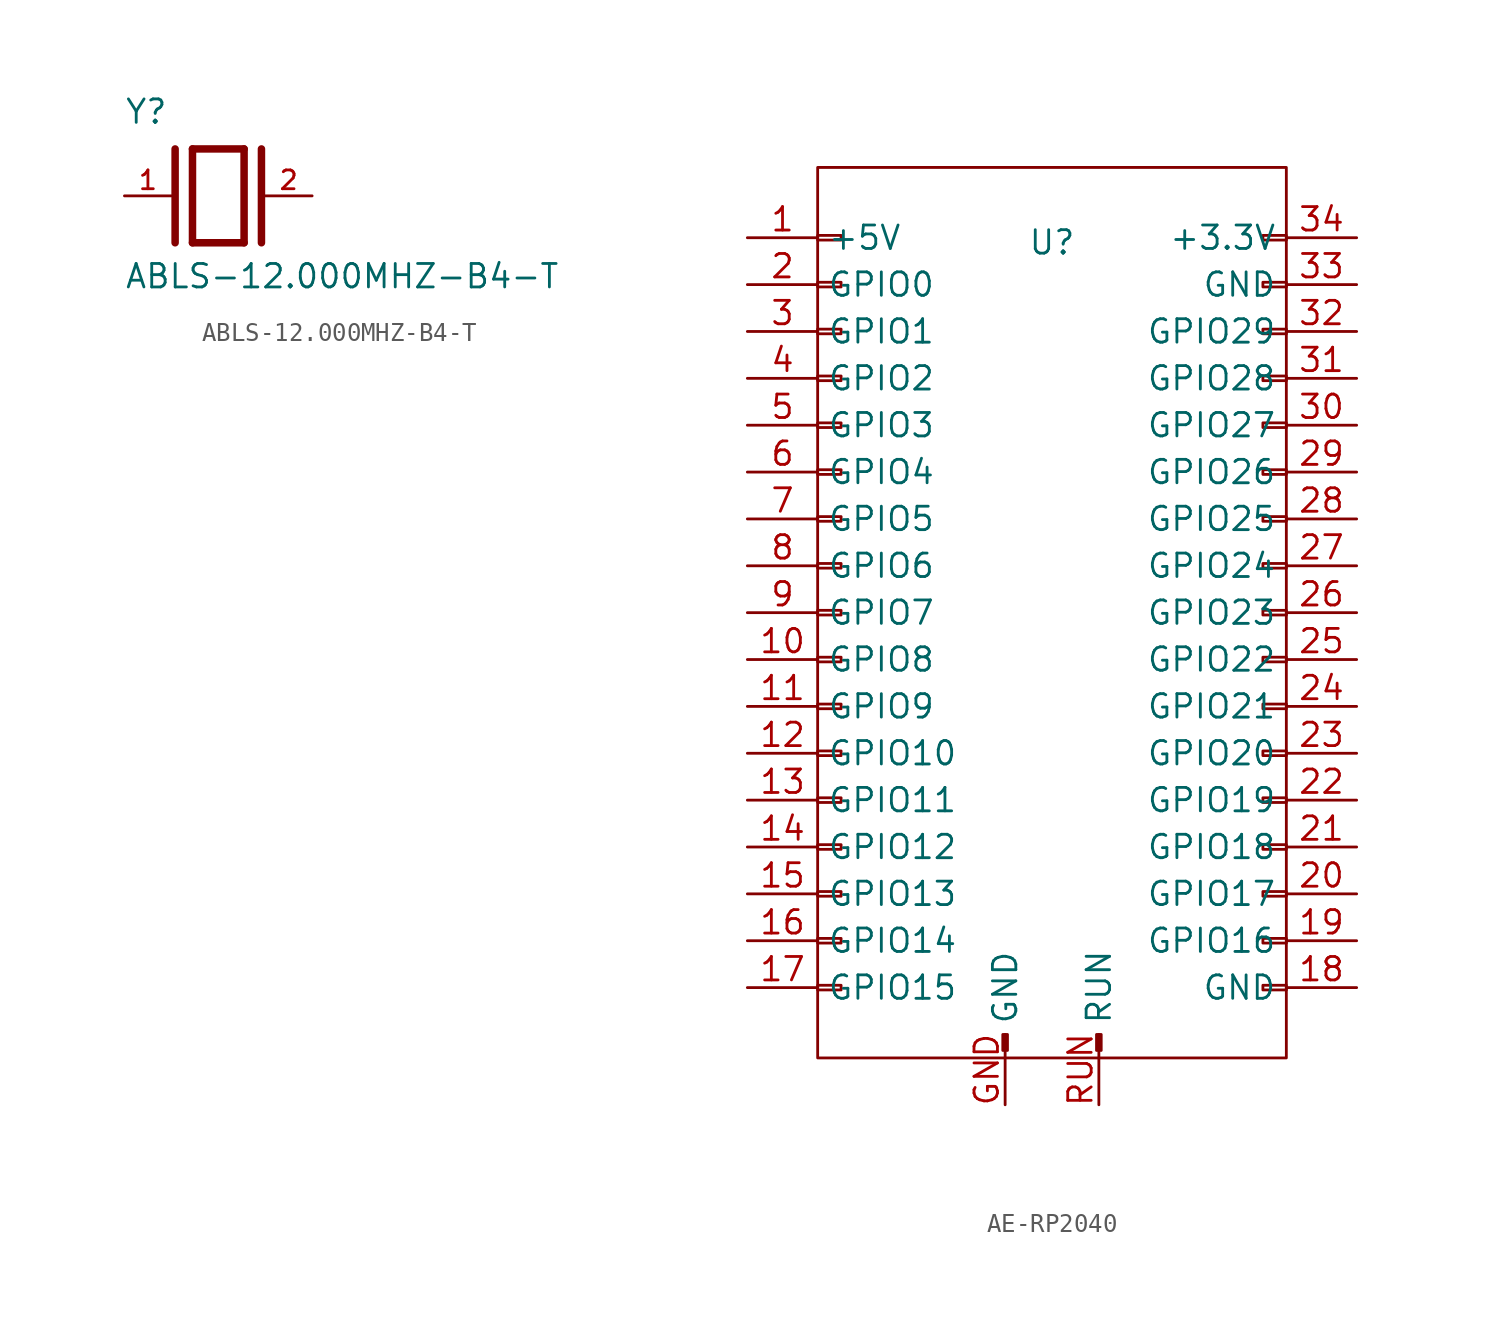
<source format=kicad_sym>
(kicad_symbol_lib
  (version 20241209)
  (generator "kicad_symbol_editor")
  (generator_version "9.0")
  (symbol "ABLS-12.000MHZ-B4-T"
    (pin_names
      (offset 1.016))
    (property "Reference" "Y"
      (at -5.088 3.816 0)
      (effects (font (size 1.27 1.27)) (justify left bottom)))
    (property "Value" "ABLS-12.000MHZ-B4-T"
      (at -5.094 -5.094 0)
      (effects (font (size 1.27 1.27)) (justify left bottom)))
    (symbol "ABLS-12.000MHZ-B4-T_0_0"
      (polyline (pts (xy -2.337 2.54) (xy -2.337 -2.54)) (stroke (width 0.406) (type default)) (fill (type none)))
      (polyline (pts (xy -1.397 2.54) (xy -1.397 -2.54)) (stroke (width 0.406) (type default)) (fill (type none)))
      (polyline (pts (xy -1.397 2.54) (xy 1.397 2.54)) (stroke (width 0.406) (type default)) (fill (type none)))
      (polyline (pts (xy 1.397 2.54) (xy 1.397 -2.54)) (stroke (width 0.406) (type default)) (fill (type none)))
      (polyline (pts (xy 1.397 -2.54) (xy -1.397 -2.54)) (stroke (width 0.406) (type default)) (fill (type none)))
      (polyline (pts (xy 2.337 2.54) (xy 2.337 -2.54)) (stroke (width 0.406) (type default)) (fill (type none)))
      (pin passive line (at -5.08 0 0) (length 2.54) (name "~" (effects (font (size 1.016 1.016)))) (number "1" (effects (font (size 1.016 1.016)))))
      (pin passive line (at 5.08 0 180) (length 2.54) (name "~" (effects (font (size 1.016 1.016)))) (number "2" (effects (font (size 1.016 1.016)))))))
  (symbol "AE-RP2040"
    (property "Reference" "U"
      (at 0 20.066 0)
      (effects (font (size 1.27 1.27))))
    (property "Value" ""
      (at 0 0 0)
      (effects (font (size 1.27 1.27))))
    (symbol "AE-RP2040_0_1"
      (rectangle (start -12.7 24.13) (end 12.7 -24.13) (stroke (width 0) (type default)) (fill (type none))))
    (symbol "AE-RP2040_1_1"
      (rectangle (start -12.7 20.447) (end -11.43 20.193) (stroke (width 0.152) (type default)) (fill (type none)))
      (rectangle (start -12.7 17.907) (end -11.43 17.653) (stroke (width 0.152) (type default)) (fill (type none)))
      (rectangle (start -12.7 15.367) (end -11.43 15.113) (stroke (width 0.152) (type default)) (fill (type none)))
      (rectangle (start -12.7 12.827) (end -11.43 12.573) (stroke (width 0.152) (type default)) (fill (type none)))
      (rectangle (start -12.7 10.287) (end -11.43 10.033) (stroke (width 0.152) (type default)) (fill (type none)))
      (rectangle (start -12.7 7.747) (end -11.43 7.493) (stroke (width 0.152) (type default)) (fill (type none)))
      (rectangle (start -12.7 5.207) (end -11.43 4.953) (stroke (width 0.152) (type default)) (fill (type none)))
      (rectangle (start -12.7 2.667) (end -11.43 2.413) (stroke (width 0.152) (type default)) (fill (type none)))
      (rectangle (start -12.7 0.127) (end -11.43 -0.127) (stroke (width 0.152) (type default)) (fill (type none)))
      (rectangle (start -12.7 -2.413) (end -11.43 -2.667) (stroke (width 0.152) (type default)) (fill (type none)))
      (rectangle (start -12.7 -4.953) (end -11.43 -5.207) (stroke (width 0.152) (type default)) (fill (type none)))
      (rectangle (start -12.7 -7.493) (end -11.43 -7.747) (stroke (width 0.152) (type default)) (fill (type none)))
      (rectangle (start -12.7 -10.033) (end -11.43 -10.287) (stroke (width 0.152) (type default)) (fill (type none)))
      (rectangle (start -12.7 -12.573) (end -11.43 -12.827) (stroke (width 0.152) (type default)) (fill (type none)))
      (rectangle (start -12.7 -15.113) (end -11.43 -15.367) (stroke (width 0.152) (type default)) (fill (type none)))
      (rectangle (start -12.7 -17.653) (end -11.43 -17.907) (stroke (width 0.152) (type default)) (fill (type none)))
      (rectangle (start -12.7 -20.193) (end -11.43 -20.447) (stroke (width 0.152) (type default)) (fill (type none)))
      (rectangle (start -2.413 -23.724) (end -2.667 -22.86) (stroke (width 0.152) (type default)) (fill (type outline)))
      (rectangle (start 2.413 -22.86) (end 2.667 -23.724) (stroke (width 0.152) (type default)) (fill (type outline)))
      (rectangle (start 12.7 20.193) (end 11.43 20.447) (stroke (width 0.152) (type default)) (fill (type none)))
      (rectangle (start 12.7 17.653) (end 11.43 17.907) (stroke (width 0.152) (type default)) (fill (type none)))
      (rectangle (start 12.7 15.113) (end 11.43 15.367) (stroke (width 0.152) (type default)) (fill (type none)))
      (rectangle (start 12.7 12.573) (end 11.43 12.827) (stroke (width 0.152) (type default)) (fill (type none)))
      (rectangle (start 12.7 10.033) (end 11.43 10.287) (stroke (width 0.152) (type default)) (fill (type none)))
      (rectangle (start 12.7 7.493) (end 11.43 7.747) (stroke (width 0.152) (type default)) (fill (type none)))
      (rectangle (start 12.7 4.953) (end 11.43 5.207) (stroke (width 0.152) (type default)) (fill (type none)))
      (rectangle (start 12.7 2.413) (end 11.43 2.667) (stroke (width 0.152) (type default)) (fill (type none)))
      (rectangle (start 12.7 -0.127) (end 11.43 0.127) (stroke (width 0.152) (type default)) (fill (type none)))
      (rectangle (start 12.7 -2.667) (end 11.43 -2.413) (stroke (width 0.152) (type default)) (fill (type none)))
      (rectangle (start 12.7 -5.207) (end 11.43 -4.953) (stroke (width 0.152) (type default)) (fill (type none)))
      (rectangle (start 12.7 -7.747) (end 11.43 -7.493) (stroke (width 0.152) (type default)) (fill (type none)))
      (rectangle (start 12.7 -10.287) (end 11.43 -10.033) (stroke (width 0.152) (type default)) (fill (type none)))
      (rectangle (start 12.7 -12.827) (end 11.43 -12.573) (stroke (width 0.152) (type default)) (fill (type none)))
      (rectangle (start 12.7 -15.367) (end 11.43 -15.113) (stroke (width 0.152) (type default)) (fill (type none)))
      (rectangle (start 12.7 -17.907) (end 11.43 -17.653) (stroke (width 0.152) (type default)) (fill (type none)))
      (rectangle (start 12.7 -20.447) (end 11.43 -20.193) (stroke (width 0.152) (type default)) (fill (type none)))
      (pin passive line (at -16.51 20.32 0) (length 3.81) (name "+5V" (effects (font (size 1.27 1.27)))) (number "1" (effects (font (size 1.27 1.27)))))
      (pin passive line (at -16.51 17.78 0) (length 3.81) (name "GPIO0" (effects (font (size 1.27 1.27)))) (number "2" (effects (font (size 1.27 1.27)))))
      (pin passive line (at -16.51 15.24 0) (length 3.81) (name "GPIO1" (effects (font (size 1.27 1.27)))) (number "3" (effects (font (size 1.27 1.27)))))
      (pin passive line (at -16.51 12.7 0) (length 3.81) (name "GPIO2" (effects (font (size 1.27 1.27)))) (number "4" (effects (font (size 1.27 1.27)))))
      (pin passive line (at -16.51 10.16 0) (length 3.81) (name "GPIO3" (effects (font (size 1.27 1.27)))) (number "5" (effects (font (size 1.27 1.27)))))
      (pin passive line (at -16.51 7.62 0) (length 3.81) (name "GPIO4" (effects (font (size 1.27 1.27)))) (number "6" (effects (font (size 1.27 1.27)))))
      (pin passive line (at -16.51 5.08 0) (length 3.81) (name "GPIO5" (effects (font (size 1.27 1.27)))) (number "7" (effects (font (size 1.27 1.27)))))
      (pin passive line (at -16.51 2.54 0) (length 3.81) (name "GPIO6" (effects (font (size 1.27 1.27)))) (number "8" (effects (font (size 1.27 1.27)))))
      (pin passive line (at -16.51 0 0) (length 3.81) (name "GPIO7" (effects (font (size 1.27 1.27)))) (number "9" (effects (font (size 1.27 1.27)))))
      (pin passive line (at -16.51 -2.54 0) (length 3.81) (name "GPIO8" (effects (font (size 1.27 1.27)))) (number "10" (effects (font (size 1.27 1.27)))))
      (pin passive line (at -16.51 -5.08 0) (length 3.81) (name "GPIO9" (effects (font (size 1.27 1.27)))) (number "11" (effects (font (size 1.27 1.27)))))
      (pin passive line (at -16.51 -7.62 0) (length 3.81) (name "GPIO10" (effects (font (size 1.27 1.27)))) (number "12" (effects (font (size 1.27 1.27)))))
      (pin passive line (at -16.51 -10.16 0) (length 3.81) (name "GPIO11" (effects (font (size 1.27 1.27)))) (number "13" (effects (font (size 1.27 1.27)))))
      (pin passive line (at -16.51 -12.7 0) (length 3.81) (name "GPIO12" (effects (font (size 1.27 1.27)))) (number "14" (effects (font (size 1.27 1.27)))))
      (pin passive line (at -16.51 -15.24 0) (length 3.81) (name "GPIO13" (effects (font (size 1.27 1.27)))) (number "15" (effects (font (size 1.27 1.27)))))
      (pin passive line (at -16.51 -17.78 0) (length 3.81) (name "GPIO14" (effects (font (size 1.27 1.27)))) (number "16" (effects (font (size 1.27 1.27)))))
      (pin passive line (at -16.51 -20.32 0) (length 3.81) (name "GPIO15" (effects (font (size 1.27 1.27)))) (number "17" (effects (font (size 1.27 1.27)))))
      (pin passive line (at -2.54 -26.67 90) (length 3.81) (name "GND" (effects (font (size 1.27 1.27)))) (number "GND" (effects (font (size 1.27 1.27)))))
      (pin passive line (at 2.54 -26.67 90) (length 3.81) (name "RUN" (effects (font (size 1.27 1.27)))) (number "RUN" (effects (font (size 1.27 1.27)))))
      (pin passive line (at 16.51 20.32 180) (length 3.81) (name "+3.3V" (effects (font (size 1.27 1.27)))) (number "34" (effects (font (size 1.27 1.27)))))
      (pin passive line (at 16.51 17.78 180) (length 3.81) (name "GND" (effects (font (size 1.27 1.27)))) (number "33" (effects (font (size 1.27 1.27)))))
      (pin passive line (at 16.51 15.24 180) (length 3.81) (name "GPIO29" (effects (font (size 1.27 1.27)))) (number "32" (effects (font (size 1.27 1.27)))))
      (pin passive line (at 16.51 12.7 180) (length 3.81) (name "GPIO28" (effects (font (size 1.27 1.27)))) (number "31" (effects (font (size 1.27 1.27)))))
      (pin passive line (at 16.51 10.16 180) (length 3.81) (name "GPIO27" (effects (font (size 1.27 1.27)))) (number "30" (effects (font (size 1.27 1.27)))))
      (pin passive line (at 16.51 7.62 180) (length 3.81) (name "GPIO26" (effects (font (size 1.27 1.27)))) (number "29" (effects (font (size 1.27 1.27)))))
      (pin passive line (at 16.51 5.08 180) (length 3.81) (name "GPIO25" (effects (font (size 1.27 1.27)))) (number "28" (effects (font (size 1.27 1.27)))))
      (pin passive line (at 16.51 2.54 180) (length 3.81) (name "GPIO24" (effects (font (size 1.27 1.27)))) (number "27" (effects (font (size 1.27 1.27)))))
      (pin passive line (at 16.51 0 180) (length 3.81) (name "GPIO23" (effects (font (size 1.27 1.27)))) (number "26" (effects (font (size 1.27 1.27)))))
      (pin passive line (at 16.51 -2.54 180) (length 3.81) (name "GPIO22" (effects (font (size 1.27 1.27)))) (number "25" (effects (font (size 1.27 1.27)))))
      (pin passive line (at 16.51 -5.08 180) (length 3.81) (name "GPIO21" (effects (font (size 1.27 1.27)))) (number "24" (effects (font (size 1.27 1.27)))))
      (pin passive line (at 16.51 -7.62 180) (length 3.81) (name "GPIO20" (effects (font (size 1.27 1.27)))) (number "23" (effects (font (size 1.27 1.27)))))
      (pin passive line (at 16.51 -10.16 180) (length 3.81) (name "GPIO19" (effects (font (size 1.27 1.27)))) (number "22" (effects (font (size 1.27 1.27)))))
      (pin passive line (at 16.51 -12.7 180) (length 3.81) (name "GPIO18" (effects (font (size 1.27 1.27)))) (number "21" (effects (font (size 1.27 1.27)))))
      (pin passive line (at 16.51 -15.24 180) (length 3.81) (name "GPIO17" (effects (font (size 1.27 1.27)))) (number "20" (effects (font (size 1.27 1.27)))))
      (pin passive line (at 16.51 -17.78 180) (length 3.81) (name "GPIO16" (effects (font (size 1.27 1.27)))) (number "19" (effects (font (size 1.27 1.27)))))
      (pin passive line (at 16.51 -20.32 180) (length 3.81) (name "GND" (effects (font (size 1.27 1.27)))) (number "18" (effects (font (size 1.27 1.27))))))))
</source>
